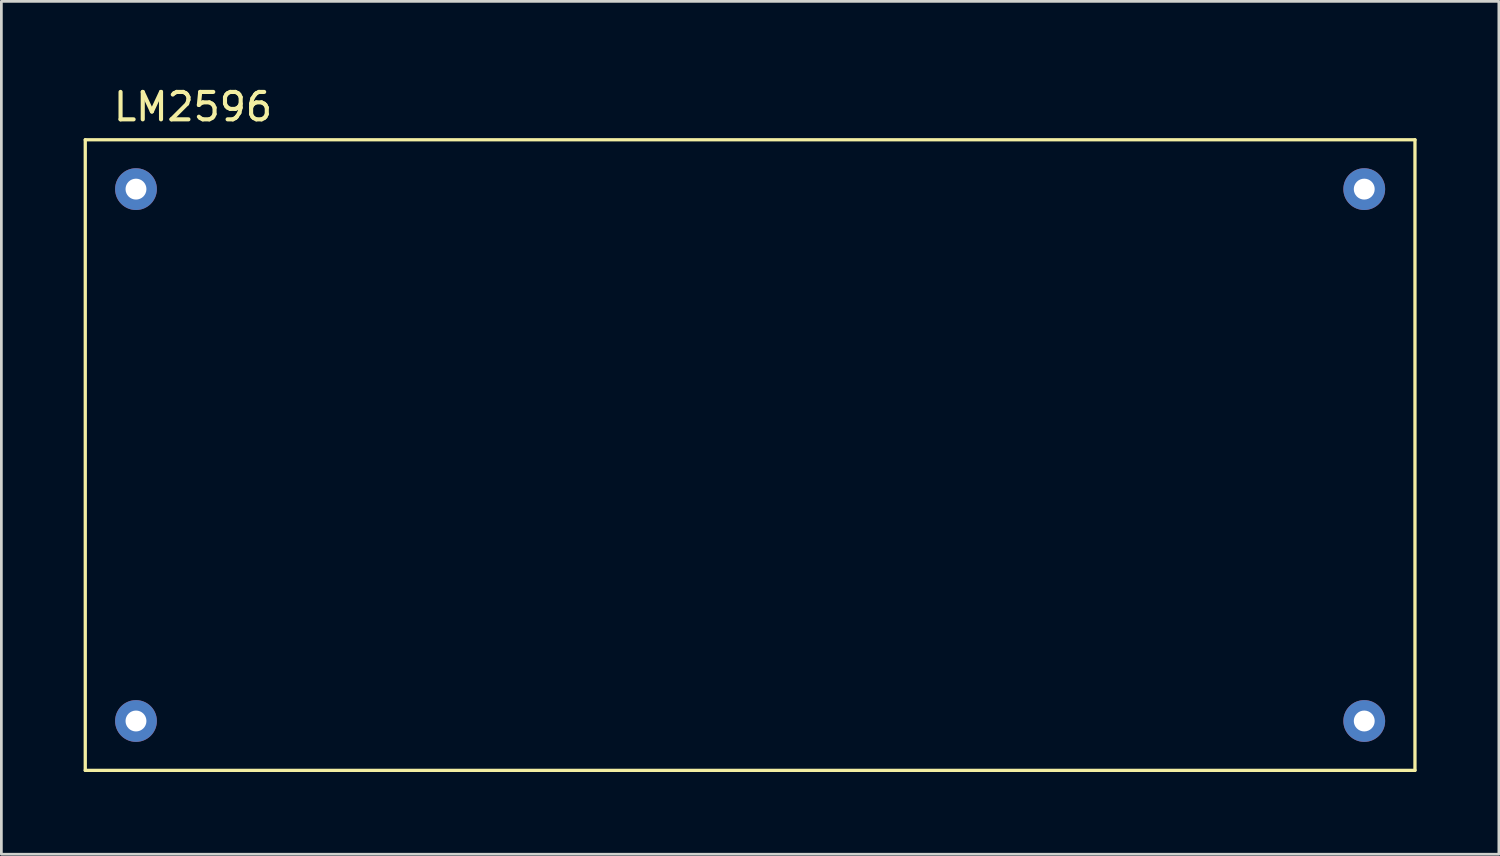
<source format=kicad_pcb>
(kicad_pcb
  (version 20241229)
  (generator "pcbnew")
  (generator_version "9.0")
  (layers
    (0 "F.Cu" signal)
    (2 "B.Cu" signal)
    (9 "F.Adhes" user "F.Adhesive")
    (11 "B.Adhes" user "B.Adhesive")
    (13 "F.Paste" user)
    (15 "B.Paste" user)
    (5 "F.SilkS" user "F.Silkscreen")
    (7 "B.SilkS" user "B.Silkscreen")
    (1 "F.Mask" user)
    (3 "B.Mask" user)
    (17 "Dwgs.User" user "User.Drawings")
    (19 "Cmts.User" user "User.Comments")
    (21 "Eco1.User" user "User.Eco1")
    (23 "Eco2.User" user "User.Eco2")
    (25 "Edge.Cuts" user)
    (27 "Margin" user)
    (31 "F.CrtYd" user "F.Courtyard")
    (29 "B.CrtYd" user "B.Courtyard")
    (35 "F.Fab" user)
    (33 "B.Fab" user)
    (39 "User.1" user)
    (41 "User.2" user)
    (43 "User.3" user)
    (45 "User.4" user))
  (footprint "LM2596"
    (layer "F.Cu")
    (at 24.31 13.548)
    (property "Reference" "LM2596" (at -20.32 -12.7 0) (layer "F.SilkS") (effects (font (size 1 1) (thickness 0.15))))
    (attr through_hole)
    (fp_line (start -24.25 -11.5) (end -24.25 11.5) (stroke (width 0.12) (type solid)) (layer "F.SilkS"))
    (fp_line (start -24.25 11.5) (end 24.25 11.5) (stroke (width 0.12) (type solid)) (layer "F.SilkS"))
    (fp_line (start 24.25 -11.5) (end -24.25 -11.5) (stroke (width 0.12) (type solid)) (layer "F.SilkS"))
    (fp_line (start 24.25 11.5) (end 24.25 -11.5) (stroke (width 0.12) (type solid)) (layer "F.SilkS"))
    (pad "1" thru_hole circle (at -22.4 9.7) (size 1.524 1.524) (drill 0.762) (layers "*.Cu" "*.Mask"))
    (pad "2" thru_hole circle (at -22.4 -9.7) (size 1.524 1.524) (drill 0.762) (layers "*.Cu" "*.Mask"))
    (pad "3" thru_hole circle (at 22.4 -9.7) (size 1.524 1.524) (drill 0.762) (layers "*.Cu" "*.Mask"))
    (pad "4" thru_hole circle (at 22.4 9.7) (size 1.524 1.524) (drill 0.762) (layers "*.Cu" "*.Mask")))
  (gr_rect
    (start -3 -3)
    (end 51.62 28.108)
    (stroke (width 0.1) (type default))
    (fill no)
    (layer "Edge.Cuts")))
</source>
